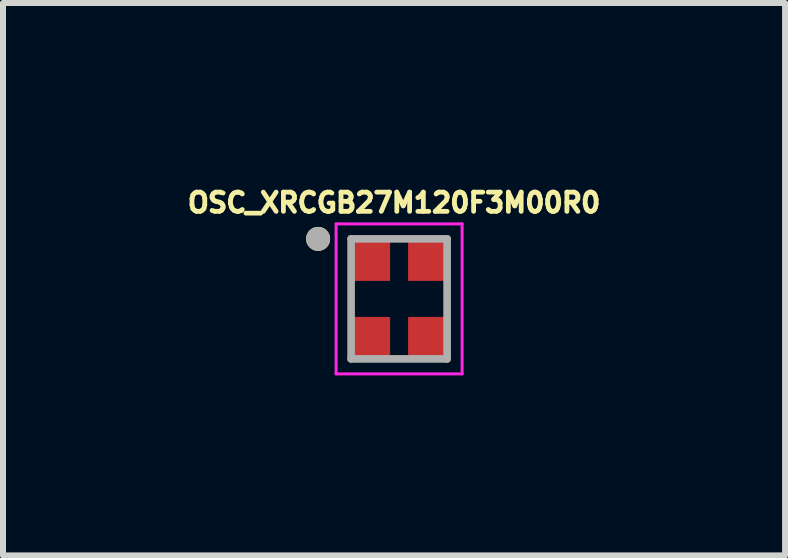
<source format=kicad_pcb>
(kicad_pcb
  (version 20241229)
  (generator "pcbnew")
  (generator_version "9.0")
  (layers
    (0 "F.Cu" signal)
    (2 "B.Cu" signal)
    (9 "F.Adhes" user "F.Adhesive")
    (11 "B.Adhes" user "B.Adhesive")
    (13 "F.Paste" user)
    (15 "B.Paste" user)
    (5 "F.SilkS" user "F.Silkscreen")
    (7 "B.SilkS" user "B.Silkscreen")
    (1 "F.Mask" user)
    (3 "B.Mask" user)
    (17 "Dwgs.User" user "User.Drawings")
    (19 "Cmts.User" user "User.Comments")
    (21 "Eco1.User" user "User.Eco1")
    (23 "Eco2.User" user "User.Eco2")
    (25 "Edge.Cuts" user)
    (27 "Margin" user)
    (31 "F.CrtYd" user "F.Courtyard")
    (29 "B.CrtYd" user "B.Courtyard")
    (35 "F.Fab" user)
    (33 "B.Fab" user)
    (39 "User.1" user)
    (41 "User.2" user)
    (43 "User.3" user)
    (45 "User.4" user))
  (footprint "OSC_XRCGB27M120F3M00R0"
    (layer "F.Cu")
    (at 3.601 1.931)
    (property "Reference" "OSC_XRCGB27M120F3M00R0" (at -0.084 -1.603 0) (layer "F.SilkS") (effects (font (size 0.32 0.32) (thickness 0.15))))
    (attr through_hole)
    (fp_circle (center -1.35 -1) (end -1.25 -1) (stroke (width 0.2) (type solid)) (fill no) (layer "F.SilkS"))
    (fp_line (start -1.05 -1.25) (end 1.05 -1.25) (stroke (width 0.05) (type solid)) (layer "F.CrtYd"))
    (fp_line (start -1.05 1.25) (end -1.05 -1.25) (stroke (width 0.05) (type solid)) (layer "F.CrtYd"))
    (fp_line (start 1.05 -1.25) (end 1.05 1.25) (stroke (width 0.05) (type solid)) (layer "F.CrtYd"))
    (fp_line (start 1.05 1.25) (end -1.05 1.25) (stroke (width 0.05) (type solid)) (layer "F.CrtYd"))
    (fp_line (start -0.8 -1) (end 0.8 -1) (stroke (width 0.127) (type solid)) (layer "F.Fab"))
    (fp_line (start -0.8 1) (end -0.8 -1) (stroke (width 0.127) (type solid)) (layer "F.Fab"))
    (fp_line (start 0.8 -1) (end 0.8 1) (stroke (width 0.127) (type solid)) (layer "F.Fab"))
    (fp_line (start 0.8 1) (end -0.8 1) (stroke (width 0.127) (type solid)) (layer "F.Fab"))
    (fp_circle (center -1.35 -1) (end -1.25 -1) (stroke (width 0.2) (type solid)) (fill no) (layer "F.Fab"))
    (pad "1" smd rect (at -0.5 -0.675) (size 0.7 0.75) (layers "F.Cu" "F.Mask" "F.Paste"))
    (pad "2" smd rect (at -0.5 0.675) (size 0.7 0.75) (layers "F.Cu" "F.Mask" "F.Paste"))
    (pad "3" smd rect (at 0.5 0.675) (size 0.7 0.75) (layers "F.Cu" "F.Mask" "F.Paste"))
    (pad "4" smd rect (at 0.5 -0.675) (size 0.7 0.75) (layers "F.Cu" "F.Mask" "F.Paste")))
  (gr_rect
    (start -3 -3)
    (end 10.033 6.206)
    (stroke (width 0.1) (type default))
    (fill no)
    (layer "Edge.Cuts")))
</source>
